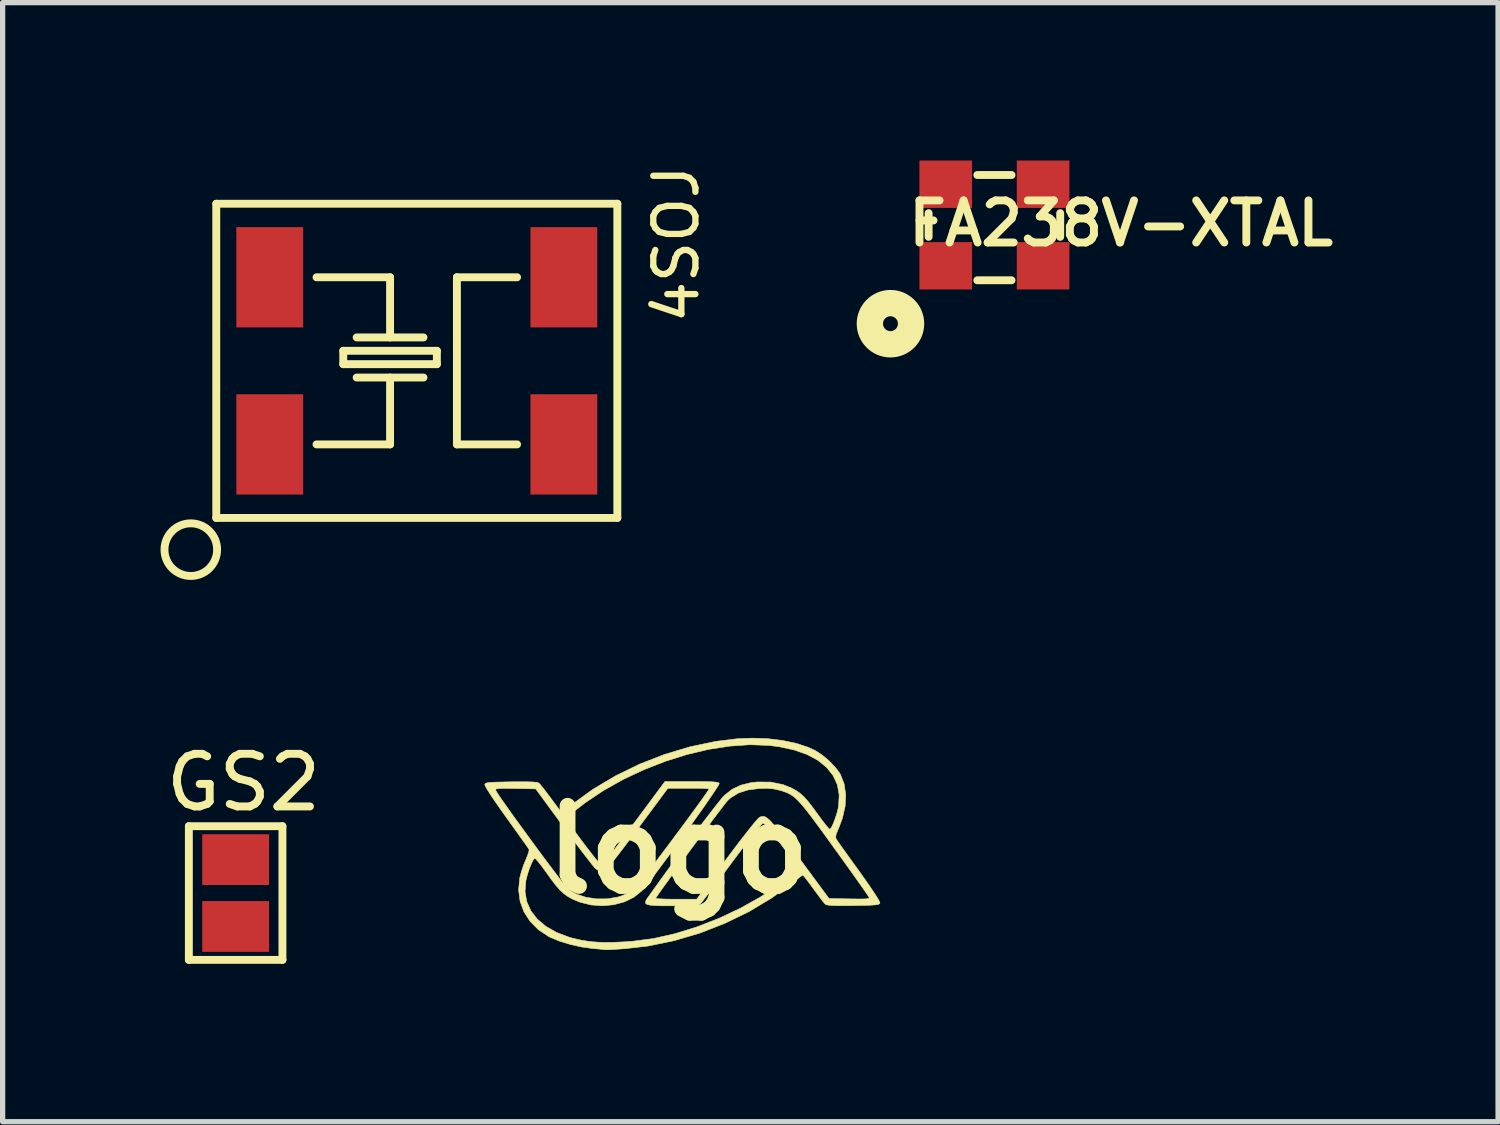
<source format=kicad_pcb>
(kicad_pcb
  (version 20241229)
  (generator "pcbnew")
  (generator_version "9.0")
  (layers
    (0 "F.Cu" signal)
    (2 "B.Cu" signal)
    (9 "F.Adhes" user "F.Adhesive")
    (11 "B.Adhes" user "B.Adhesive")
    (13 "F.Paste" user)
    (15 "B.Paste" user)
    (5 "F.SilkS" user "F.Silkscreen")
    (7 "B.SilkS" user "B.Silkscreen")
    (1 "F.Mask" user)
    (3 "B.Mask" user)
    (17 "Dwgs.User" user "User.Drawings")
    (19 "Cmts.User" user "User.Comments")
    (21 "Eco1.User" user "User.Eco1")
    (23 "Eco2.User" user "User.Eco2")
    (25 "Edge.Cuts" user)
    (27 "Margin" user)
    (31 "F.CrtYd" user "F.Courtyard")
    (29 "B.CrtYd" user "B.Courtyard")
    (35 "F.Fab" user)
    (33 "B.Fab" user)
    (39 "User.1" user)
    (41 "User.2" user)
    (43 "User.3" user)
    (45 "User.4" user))
  (footprint "logo"
    (layer "F.Cu")
    (at 9.838 13.094)
    (property "Reference" "logo" (at 0 0 0) (layer "F.SilkS") (effects (font (size 1.524 1.524) (thickness 0.3))))
    (attr through_hole)
    (fp_poly (pts (xy 1.703 -2.109) (xy 1.981 -2.075) (xy 2.238 -2.021) (xy 2.463 -1.948) (xy 2.602 -1.884) (xy 2.73 -1.801) (xy 2.86 -1.692) (xy 2.976 -1.572) (xy 3.064 -1.456) (xy 3.081 -1.427) (xy 3.15 -1.249) (xy 3.18 -1.047) (xy 3.169 -0.83) (xy 3.119 -0.605) (xy 3.062 -0.449) (xy 3.02 -0.35) (xy 2.996 -0.285) (xy 2.989 -0.242) (xy 2.997 -0.21) (xy 3.015 -0.179) (xy 3.041 -0.141) (xy 3.092 -0.069) (xy 3.164 0.032) (xy 3.253 0.156) (xy 3.354 0.295) (xy 3.448 0.426) (xy 3.559 0.582) (xy 3.656 0.722) (xy 3.734 0.839) (xy 3.792 0.931) (xy 3.824 0.99) (xy 3.83 1.01) (xy 3.823 1.026) (xy 3.804 1.037) (xy 3.765 1.045) (xy 3.702 1.051) (xy 3.606 1.056) (xy 3.471 1.059) (xy 3.323 1.061) (xy 3.147 1.063) (xy 3.014 1.063) (xy 2.919 1.06) (xy 2.855 1.054) (xy 2.814 1.046) (xy 2.79 1.033) (xy 2.786 1.03) (xy 2.756 0.995) (xy 2.705 0.928) (xy 2.638 0.839) (xy 2.564 0.738) (xy 2.563 0.737) (xy 2.492 0.64) (xy 2.431 0.56) (xy 2.386 0.505) (xy 2.365 0.483) (xy 2.364 0.483) (xy 2.339 0.498) (xy 2.285 0.538) (xy 2.21 0.596) (xy 2.172 0.627) (xy 1.774 0.917) (xy 1.342 1.176) (xy 0.883 1.399) (xy 0.406 1.585) (xy -0.083 1.729) (xy -0.576 1.83) (xy -1.005 1.879) (xy -1.133 1.888) (xy -1.243 1.895) (xy -1.324 1.9) (xy -1.367 1.901) (xy -1.372 1.901) (xy -1.401 1.898) (xy -1.469 1.891) (xy -1.564 1.882) (xy -1.626 1.877) (xy -1.836 1.848) (xy -2.051 1.8) (xy -2.255 1.738) (xy -2.429 1.667) (xy -2.465 1.648) (xy -2.66 1.519) (xy -2.817 1.36) (xy -2.934 1.179) (xy -3.007 0.979) (xy -3.031 0.794) (xy -2.913 0.794) (xy -2.881 0.985) (xy -2.803 1.16) (xy -2.681 1.318) (xy -2.517 1.456) (xy -2.313 1.572) (xy -2.07 1.664) (xy -2.021 1.678) (xy -1.844 1.719) (xy -1.664 1.747) (xy -1.47 1.76) (xy -1.252 1.761) (xy -1 1.749) (xy -0.864 1.739) (xy -0.471 1.687) (xy -0.063 1.595) (xy 0.354 1.466) (xy 0.77 1.304) (xy 1.176 1.113) (xy 1.564 0.896) (xy 1.924 0.657) (xy 2.103 0.521) (xy 2.182 0.454) (xy 2.243 0.399) (xy 2.277 0.362) (xy 2.28 0.353) (xy 2.264 0.327) (xy 2.221 0.267) (xy 2.158 0.179) (xy 2.078 0.07) (xy 1.986 -0.055) (xy 1.961 -0.089) (xy 1.841 -0.249) (xy 1.748 -0.368) (xy 1.678 -0.448) (xy 1.631 -0.493) (xy 1.606 -0.503) (xy 1.582 -0.481) (xy 1.531 -0.423) (xy 1.458 -0.333) (xy 1.365 -0.216) (xy 1.257 -0.076) (xy 1.137 0.082) (xy 1.009 0.253) (xy 1.002 0.263) (xy 0.873 0.436) (xy 0.753 0.596) (xy 0.645 0.739) (xy 0.552 0.859) (xy 0.479 0.954) (xy 0.428 1.016) (xy 0.404 1.043) (xy 0.404 1.044) (xy 0.368 1.051) (xy 0.29 1.057) (xy 0.179 1.062) (xy 0.043 1.065) (xy -0.105 1.066) (xy -0.291 1.066) (xy -0.431 1.062) (xy -0.529 1.054) (xy -0.592 1.041) (xy -0.622 1.019) (xy -0.625 0.989) (xy -0.607 0.948) (xy -0.591 0.925) (xy -0.432 0.925) (xy -0.408 0.93) (xy -0.342 0.934) (xy -0.242 0.938) (xy -0.118 0.94) (xy -0.042 0.94) (xy 0.349 0.94) (xy 0.915 0.175) (xy 1.045 0.001) (xy 1.167 -0.16) (xy 1.279 -0.304) (xy 1.376 -0.427) (xy 1.454 -0.523) (xy 1.511 -0.587) (xy 1.541 -0.616) (xy 1.542 -0.616) (xy 1.577 -0.63) (xy 1.61 -0.634) (xy 1.646 -0.626) (xy 1.687 -0.601) (xy 1.737 -0.558) (xy 1.798 -0.491) (xy 1.875 -0.399) (xy 1.97 -0.277) (xy 2.087 -0.122) (xy 2.229 0.069) (xy 2.3 0.165) (xy 2.862 0.927) (xy 3.25 0.934) (xy 3.399 0.936) (xy 3.505 0.936) (xy 3.573 0.933) (xy 3.611 0.926) (xy 3.625 0.915) (xy 3.624 0.904) (xy 3.606 0.876) (xy 3.562 0.812) (xy 3.495 0.715) (xy 3.406 0.59) (xy 3.301 0.441) (xy 3.181 0.274) (xy 3.05 0.091) (xy 2.959 -0.035) (xy 2.793 -0.265) (xy 2.653 -0.457) (xy 2.535 -0.616) (xy 2.436 -0.744) (xy 2.353 -0.847) (xy 2.281 -0.926) (xy 2.218 -0.987) (xy 2.159 -1.032) (xy 2.102 -1.066) (xy 2.042 -1.092) (xy 1.976 -1.115) (xy 1.919 -1.131) (xy 1.809 -1.156) (xy 1.688 -1.166) (xy 1.538 -1.163) (xy 1.536 -1.163) (xy 1.32 -1.135) (xy 1.14 -1.077) (xy 0.992 -0.985) (xy 0.938 -0.935) (xy 0.908 -0.901) (xy 0.854 -0.831) (xy 0.779 -0.733) (xy 0.686 -0.61) (xy 0.58 -0.468) (xy 0.464 -0.312) (xy 0.341 -0.147) (xy 0.216 0.023) (xy 0.092 0.191) (xy -0.027 0.354) (xy -0.137 0.506) (xy -0.235 0.642) (xy -0.318 0.757) (xy -0.38 0.846) (xy -0.42 0.904) (xy -0.432 0.925) (xy -0.591 0.925) (xy -0.58 0.909) (xy -0.436 0.708) (xy -0.285 0.498) (xy -0.13 0.285) (xy 0.026 0.074) (xy 0.178 -0.132) (xy 0.325 -0.328) (xy 0.461 -0.51) (xy 0.585 -0.671) (xy 0.692 -0.81) (xy 0.779 -0.92) (xy 0.842 -0.997) (xy 0.876 -1.033) (xy 1.022 -1.148) (xy 1.186 -1.226) (xy 1.379 -1.274) (xy 1.501 -1.287) (xy 1.754 -1.285) (xy 1.989 -1.237) (xy 2.158 -1.168) (xy 2.241 -1.122) (xy 2.315 -1.07) (xy 2.386 -1.006) (xy 2.462 -0.921) (xy 2.55 -0.808) (xy 2.658 -0.66) (xy 2.659 -0.659) (xy 2.733 -0.558) (xy 2.798 -0.474) (xy 2.848 -0.415) (xy 2.876 -0.389) (xy 2.879 -0.389) (xy 2.905 -0.418) (xy 2.938 -0.483) (xy 2.973 -0.573) (xy 3.007 -0.673) (xy 3.033 -0.772) (xy 3.044 -0.828) (xy 3.056 -1.04) (xy 3.021 -1.235) (xy 2.94 -1.41) (xy 2.816 -1.565) (xy 2.651 -1.699) (xy 2.444 -1.81) (xy 2.199 -1.896) (xy 1.916 -1.957) (xy 1.718 -1.982) (xy 1.357 -1.995) (xy 0.973 -1.968) (xy 0.573 -1.906) (xy 0.164 -1.809) (xy -0.246 -1.68) (xy -0.651 -1.522) (xy -1.045 -1.337) (xy -1.419 -1.127) (xy -1.767 -0.894) (xy -1.962 -0.744) (xy -2.039 -0.679) (xy -2.098 -0.626) (xy -2.129 -0.594) (xy -2.133 -0.588) (xy -2.117 -0.559) (xy -2.076 -0.498) (xy -2.015 -0.412) (xy -1.939 -0.309) (xy -1.855 -0.196) (xy -1.768 -0.081) (xy -1.684 0.029) (xy -1.608 0.126) (xy -1.546 0.203) (xy -1.504 0.251) (xy -1.49 0.264) (xy -1.477 0.273) (xy -1.466 0.278) (xy -1.454 0.278) (xy -1.437 0.269) (xy -1.413 0.247) (xy -1.379 0.209) (xy -1.332 0.15) (xy -1.27 0.069) (xy -1.188 -0.039) (xy -1.086 -0.176) (xy -0.958 -0.348) (xy -0.804 -0.556) (xy -0.787 -0.578) (xy -0.255 -1.295) (xy 0.254 -1.295) (xy 0.432 -1.295) (xy 0.565 -1.293) (xy 0.66 -1.289) (xy 0.723 -1.283) (xy 0.759 -1.274) (xy 0.776 -1.262) (xy 0.778 -1.259) (xy 0.766 -1.232) (xy 0.727 -1.169) (xy 0.665 -1.075) (xy 0.583 -0.955) (xy 0.485 -0.813) (xy 0.373 -0.655) (xy 0.252 -0.485) (xy 0.125 -0.308) (xy -0.004 -0.129) (xy -0.133 0.047) (xy -0.257 0.215) (xy -0.373 0.371) (xy -0.478 0.51) (xy -0.568 0.627) (xy -0.64 0.717) (xy -0.689 0.776) (xy -0.695 0.782) (xy -0.845 0.903) (xy -1.025 0.991) (xy -1.227 1.045) (xy -1.442 1.065) (xy -1.66 1.049) (xy -1.872 0.996) (xy -2.011 0.938) (xy -2.097 0.89) (xy -2.173 0.836) (xy -2.247 0.769) (xy -2.325 0.68) (xy -2.415 0.563) (xy -2.515 0.424) (xy -2.587 0.324) (xy -2.651 0.242) (xy -2.7 0.185) (xy -2.728 0.161) (xy -2.731 0.161) (xy -2.755 0.19) (xy -2.788 0.255) (xy -2.825 0.344) (xy -2.859 0.445) (xy -2.887 0.545) (xy -2.897 0.591) (xy -2.913 0.794) (xy -3.031 0.794) (xy -3.035 0.766) (xy -3.014 0.545) (xy -3.013 0.536) (xy -2.98 0.412) (xy -2.936 0.28) (xy -2.896 0.184) (xy -2.861 0.099) (xy -2.839 0.031) (xy -2.837 -0.008) (xy -2.837 -0.009) (xy -2.856 -0.036) (xy -2.901 -0.1) (xy -2.967 -0.193) (xy -3.051 -0.311) (xy -3.149 -0.447) (xy -3.257 -0.598) (xy -3.271 -0.616) (xy -3.388 -0.782) (xy -3.49 -0.929) (xy -3.573 -1.052) (xy -3.631 -1.145) (xy -3.472 -1.145) (xy -3.47 -1.13) (xy -3.449 -1.092) (xy -3.4 -1.018) (xy -3.329 -0.915) (xy -3.239 -0.788) (xy -3.134 -0.64) (xy -3.017 -0.479) (xy -2.893 -0.309) (xy -2.766 -0.135) (xy -2.639 0.038) (xy -2.516 0.203) (xy -2.401 0.357) (xy -2.298 0.493) (xy -2.211 0.607) (xy -2.143 0.692) (xy -2.099 0.745) (xy -2.086 0.758) (xy -1.936 0.845) (xy -1.754 0.904) (xy -1.554 0.934) (xy -1.348 0.933) (xy -1.148 0.899) (xy -1.105 0.887) (xy -0.951 0.824) (xy -0.827 0.736) (xy -0.823 0.732) (xy -0.792 0.697) (xy -0.736 0.628) (xy -0.659 0.529) (xy -0.565 0.407) (xy -0.456 0.264) (xy -0.338 0.108) (xy -0.213 -0.058) (xy -0.085 -0.229) (xy 0.041 -0.399) (xy 0.163 -0.564) (xy 0.276 -0.718) (xy 0.377 -0.856) (xy 0.462 -0.974) (xy 0.527 -1.067) (xy 0.569 -1.129) (xy 0.584 -1.156) (xy 0.584 -1.156) (xy 0.56 -1.16) (xy 0.494 -1.164) (xy 0.395 -1.167) (xy 0.27 -1.168) (xy 0.193 -1.168) (xy -0.199 -1.168) (xy -0.773 -0.396) (xy -0.924 -0.193) (xy -1.048 -0.028) (xy -1.148 0.103) (xy -1.228 0.204) (xy -1.291 0.28) (xy -1.339 0.333) (xy -1.376 0.367) (xy -1.405 0.387) (xy -1.426 0.395) (xy -1.508 0.396) (xy -1.567 0.365) (xy -1.596 0.334) (xy -1.651 0.267) (xy -1.728 0.168) (xy -1.824 0.044) (xy -1.934 -0.102) (xy -2.054 -0.263) (xy -2.169 -0.419) (xy -2.71 -1.156) (xy -3.098 -1.163) (xy -3.246 -1.165) (xy -3.351 -1.165) (xy -3.419 -1.162) (xy -3.457 -1.155) (xy -3.472 -1.145) (xy -3.631 -1.145) (xy -3.634 -1.149) (xy -3.669 -1.213) (xy -3.678 -1.238) (xy -3.671 -1.254) (xy -3.652 -1.265) (xy -3.614 -1.274) (xy -3.551 -1.28) (xy -3.457 -1.284) (xy -3.323 -1.287) (xy -3.178 -1.29) (xy -2.99 -1.291) (xy -2.849 -1.29) (xy -2.748 -1.286) (xy -2.684 -1.278) (xy -2.65 -1.267) (xy -2.648 -1.265) (xy -2.619 -1.233) (xy -2.567 -1.169) (xy -2.501 -1.083) (xy -2.432 -0.992) (xy -2.361 -0.895) (xy -2.299 -0.812) (xy -2.255 -0.753) (xy -2.234 -0.727) (xy -2.206 -0.732) (xy -2.15 -0.764) (xy -2.073 -0.818) (xy -2.024 -0.857) (xy -1.628 -1.145) (xy -1.198 -1.401) (xy -0.741 -1.624) (xy -0.264 -1.81) (xy 0.223 -1.956) (xy 0.714 -2.059) (xy 1.121 -2.109) (xy 1.413 -2.12) (xy 1.703 -2.109)) (stroke (width 0.01) (type solid)) (fill yes) (layer "F.SilkS")))
  (footprint "GS2"
    (layer "F.Cu")
    (at 1.427 13.917)
    (property "Reference" "GS2" (at 0.15 -2.1 180) (layer "F.SilkS") (effects (font (size 1 1) (thickness 0.15))))
    (attr exclude_from_pos_files exclude_from_bom)
    (fp_line (start -0.889 -1.27) (end -0.889 1.27) (stroke (width 0.15) (type solid)) (layer "F.SilkS"))
    (fp_line (start -0.889 -1.27) (end 0.889 -1.27) (stroke (width 0.15) (type solid)) (layer "F.SilkS"))
    (fp_line (start 0.889 1.27) (end -0.889 1.27) (stroke (width 0.15) (type solid)) (layer "F.SilkS"))
    (fp_line (start 0.889 1.27) (end 0.889 -1.27) (stroke (width 0.15) (type solid)) (layer "F.SilkS"))
    (pad "1" smd rect (at 0 -0.635) (size 1.27 0.965) (layers "F.Cu" "F.Mask" "F.Paste"))
    (pad "2" smd rect (at 0 0.635) (size 1.27 0.965) (layers "F.Cu" "F.Mask" "F.Paste")))
  (footprint "4SOJ"
    (layer "F.Cu")
    (at 2.075 5.393)
    (property "Reference" "4SOJ" (at 7.723 -3.808 90) (layer "F.SilkS") (effects (font (size 0.8 0.8) (thickness 0.12))))
    (attr through_hole)
    (fp_line (start -1.016 -4.572) (end 6.604 -4.572) (stroke (width 0.15) (type solid)) (layer "F.SilkS"))
    (fp_line (start -1.016 1.397) (end -1.016 -4.572) (stroke (width 0.15) (type solid)) (layer "F.SilkS"))
    (fp_line (start -1.016 1.397) (end 6.604 1.397) (stroke (width 0.15) (type solid)) (layer "F.SilkS"))
    (fp_line (start 0.889 -3.175) (end 2.286 -3.175) (stroke (width 0.15) (type solid)) (layer "F.SilkS"))
    (fp_line (start 0.889 0) (end 2.286 0) (stroke (width 0.15) (type solid)) (layer "F.SilkS"))
    (fp_line (start 1.397 -1.778) (end 3.175 -1.778) (stroke (width 0.15) (type solid)) (layer "F.SilkS"))
    (fp_line (start 1.397 -1.524) (end 1.397 -1.778) (stroke (width 0.15) (type solid)) (layer "F.SilkS"))
    (fp_line (start 1.651 -1.27) (end 2.921 -1.27) (stroke (width 0.15) (type solid)) (layer "F.SilkS"))
    (fp_line (start 2.286 -3.175) (end 2.286 -2.032) (stroke (width 0.15) (type solid)) (layer "F.SilkS"))
    (fp_line (start 2.286 -1.27) (end 2.286 0) (stroke (width 0.15) (type solid)) (layer "F.SilkS"))
    (fp_line (start 2.921 -2.032) (end 1.651 -2.032) (stroke (width 0.15) (type solid)) (layer "F.SilkS"))
    (fp_line (start 3.175 -1.778) (end 3.175 -1.524) (stroke (width 0.15) (type solid)) (layer "F.SilkS"))
    (fp_line (start 3.175 -1.524) (end 1.397 -1.524) (stroke (width 0.15) (type solid)) (layer "F.SilkS"))
    (fp_line (start 3.556 -3.175) (end 4.699 -3.175) (stroke (width 0.15) (type solid)) (layer "F.SilkS"))
    (fp_line (start 3.556 0) (end 3.556 -3.175) (stroke (width 0.15) (type solid)) (layer "F.SilkS"))
    (fp_line (start 4.699 0) (end 3.556 0) (stroke (width 0.15) (type solid)) (layer "F.SilkS"))
    (fp_line (start 6.604 -4.572) (end 6.604 1.397) (stroke (width 0.15) (type solid)) (layer "F.SilkS"))
    (fp_circle (center -1.5 2) (end -1.5 2.5) (stroke (width 0.15) (type solid)) (fill no) (layer "F.SilkS"))
    (pad "1" smd rect (at 0 0) (size 1.27 1.905) (layers "F.Cu" "F.Mask" "F.Paste"))
    (pad "2" smd rect (at 5.588 0) (size 1.27 1.905) (layers "F.Cu" "F.Mask" "F.Paste"))
    (pad "3" smd rect (at 5.588 -3.175) (size 1.27 1.905) (layers "F.Cu" "F.Mask" "F.Paste"))
    (pad "4" smd rect (at 0 -3.175) (size 1.27 1.905) (layers "F.Cu" "F.Mask" "F.Paste")))
  (footprint "FA238V-XTAL"
    (layer "F.Cu")
    (at 14.918 2)
    (property "Reference" "FA238V-XTAL" (at 3.33 -0.805 0) (layer "F.SilkS") (effects (font (size 0.8 0.8) (thickness 0.15))))
    (attr through_hole)
    (fp_line (start -0.325 -0.55) (end -0.325 -1) (stroke (width 0.15) (type solid)) (layer "F.SilkS"))
    (fp_line (start 0.6 0.275) (end 1.25 0.275) (stroke (width 0.15) (type solid)) (layer "F.SilkS"))
    (fp_line (start 1.25 -1.725) (end 0.6 -1.725) (stroke (width 0.15) (type solid)) (layer "F.SilkS"))
    (fp_line (start 2.175 -1) (end 2.175 -0.55) (stroke (width 0.15) (type solid)) (layer "F.SilkS"))
    (fp_circle (center -1.05 1.1) (end -0.95 1.2) (stroke (width 0.5) (type solid)) (fill no) (layer "F.SilkS"))
    (pad "1" smd rect (at 0 0) (size 1 0.9) (layers "F.Cu" "F.Mask" "F.Paste"))
    (pad "2" smd rect (at 1.85 0) (size 1 0.9) (layers "F.Cu" "F.Mask" "F.Paste"))
    (pad "3" smd rect (at 1.85 -1.55) (size 1 0.9) (layers "F.Cu" "F.Mask" "F.Paste"))
    (pad "4" smd rect (at 0 -1.55) (size 1 0.9) (layers "F.Cu" "F.Mask" "F.Paste")))
  (gr_rect
    (start -3 -3)
    (end 25.412 18.262)
    (stroke (width 0.1) (type default))
    (fill no)
    (layer "Edge.Cuts")))
</source>
